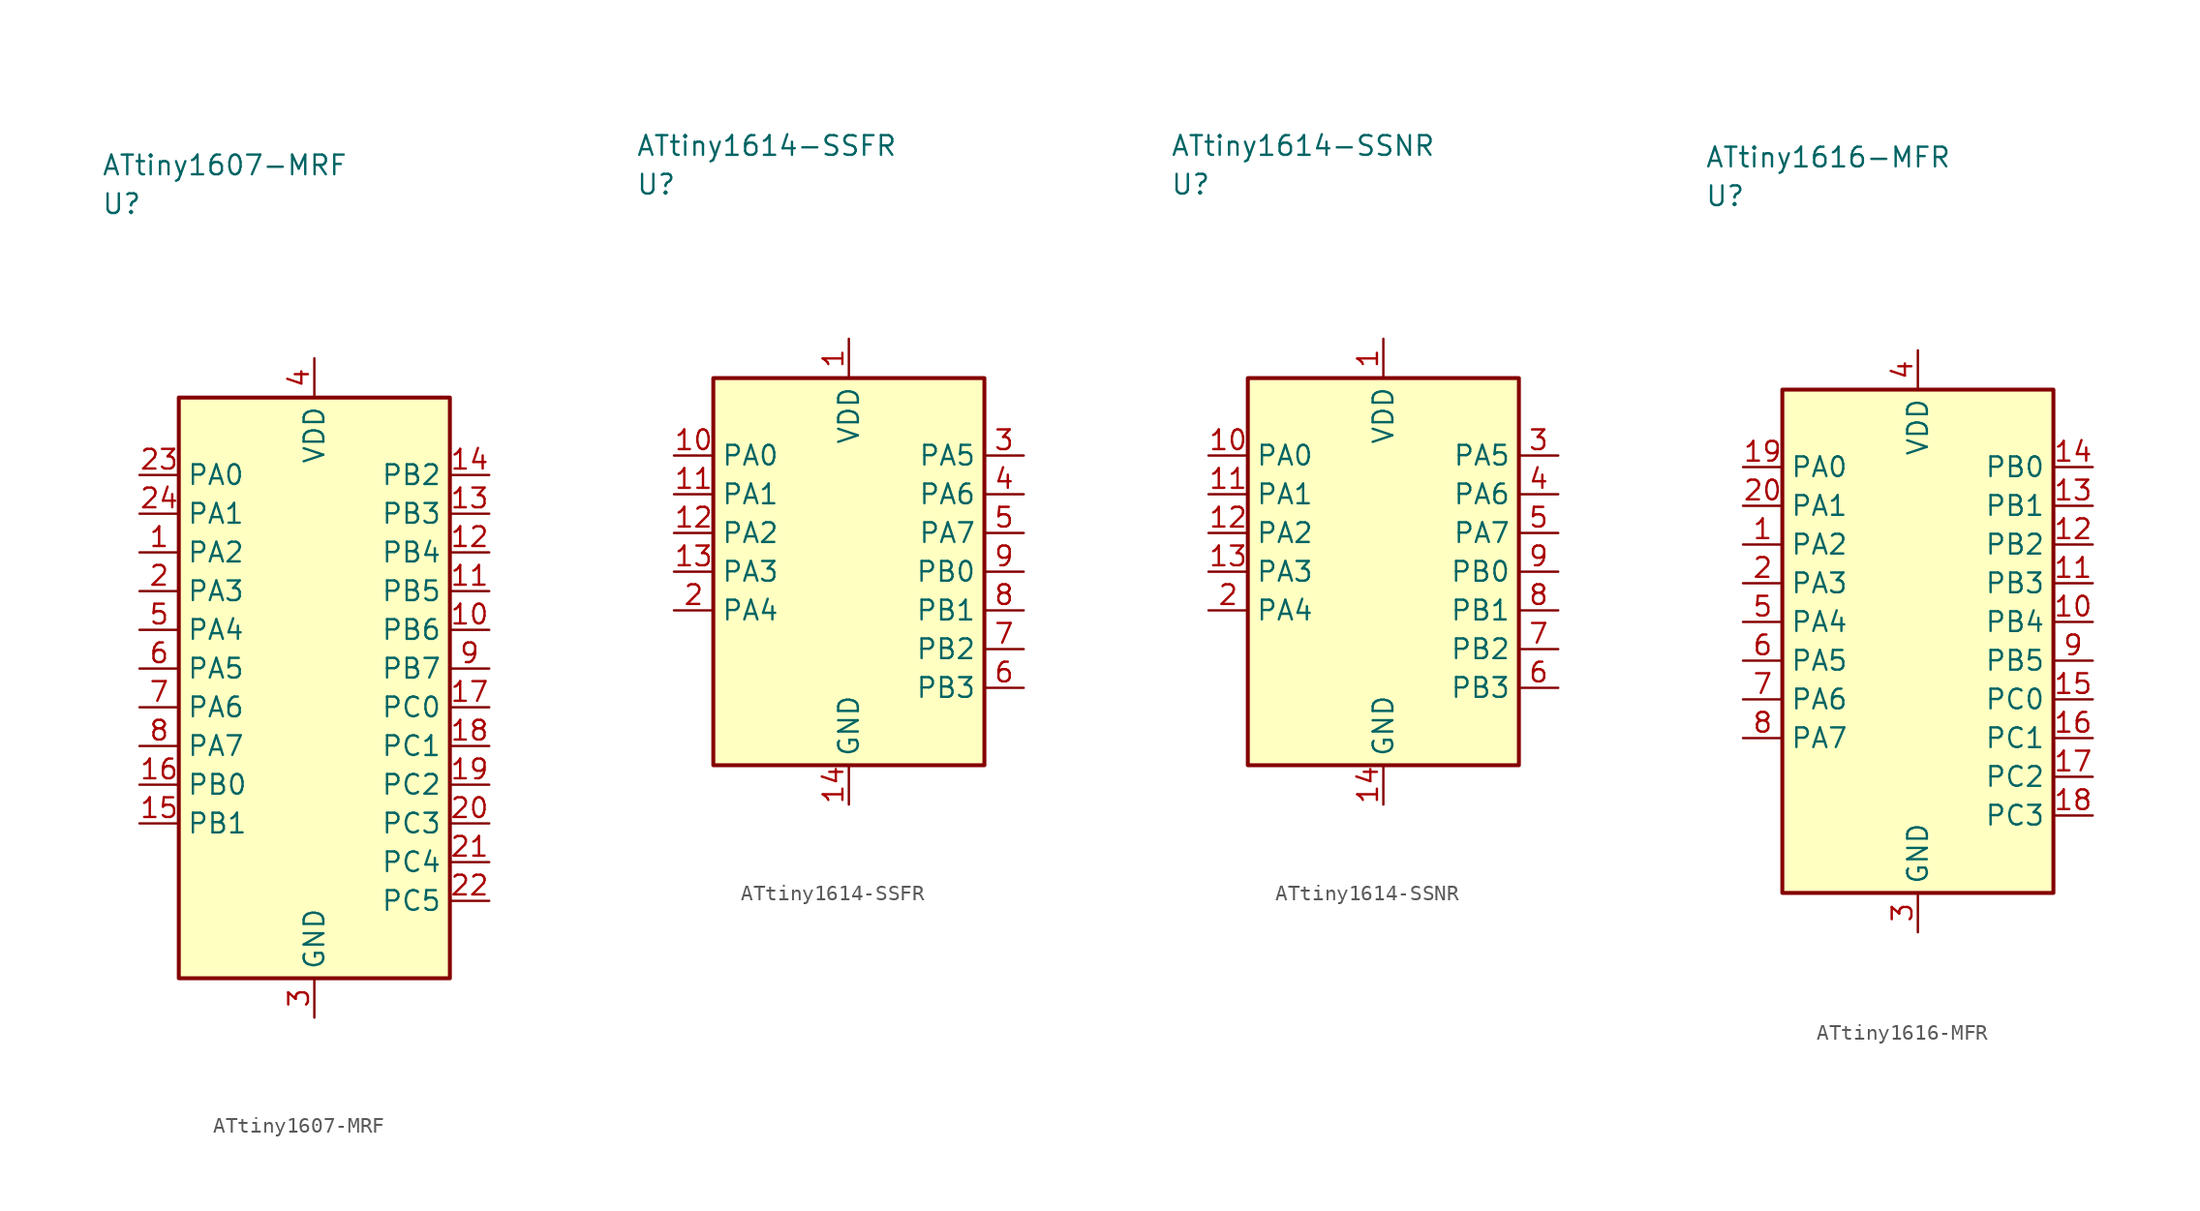
<source format=kicad_sym>
(kicad_symbol_lib
  (version 20241025)
  (generator "kicad_symbol_editor")
  (generator_version "8.0")
  (symbol "ATtiny1607-MRF"
    (property "Reference" "U"
      (at -13.75 31.25 0)
      (effects (font (size 1.27 1.27)) (justify left)))
    (property "Value" "ATtiny1607-MRF"
      (at -13.75 33.75 0)
      (effects (font (size 1.27 1.27)) (justify left)))
    (symbol "ATtiny1607-MRF_0_1"
      (rectangle (start -8.75 18.75) (end 8.75 -18.75) (stroke (width 0.254) (type default)) (fill (type background))))
    (symbol "ATtiny1607-MRF_1_1"
      (pin bidirectional line (at -11.29 8.75 0.0) (length 2.54) (name "PA2" (effects (font (size 1.27 1.27)))) (number "1" (effects (font (size 1.27 1.27)))))
      (pin bidirectional line (at -11.29 6.25 0.0) (length 2.54) (name "PA3" (effects (font (size 1.27 1.27)))) (number "2" (effects (font (size 1.27 1.27)))))
      (pin passive line (at 0.0 -21.29 90.0) (length 2.54) (name "GND" (effects (font (size 1.27 1.27)))) (number "3" (effects (font (size 1.27 1.27)))))
      (pin power_in line (at 0.0 21.29 270.0) (length 2.54) (name "VDD" (effects (font (size 1.27 1.27)))) (number "4" (effects (font (size 1.27 1.27)))))
      (pin bidirectional line (at -11.29 3.75 0.0) (length 2.54) (name "PA4" (effects (font (size 1.27 1.27)))) (number "5" (effects (font (size 1.27 1.27)))))
      (pin bidirectional line (at -11.29 1.25 0.0) (length 2.54) (name "PA5" (effects (font (size 1.27 1.27)))) (number "6" (effects (font (size 1.27 1.27)))))
      (pin bidirectional line (at -11.29 -1.25 0.0) (length 2.54) (name "PA6" (effects (font (size 1.27 1.27)))) (number "7" (effects (font (size 1.27 1.27)))))
      (pin bidirectional line (at -11.29 -3.75 0.0) (length 2.54) (name "PA7" (effects (font (size 1.27 1.27)))) (number "8" (effects (font (size 1.27 1.27)))))
      (pin bidirectional line (at 11.29 1.25 180.0) (length 2.54) (name "PB7" (effects (font (size 1.27 1.27)))) (number "9" (effects (font (size 1.27 1.27)))))
      (pin bidirectional line (at 11.29 3.75 180.0) (length 2.54) (name "PB6" (effects (font (size 1.27 1.27)))) (number "10" (effects (font (size 1.27 1.27)))))
      (pin bidirectional line (at 11.29 6.25 180.0) (length 2.54) (name "PB5" (effects (font (size 1.27 1.27)))) (number "11" (effects (font (size 1.27 1.27)))))
      (pin bidirectional line (at 11.29 8.75 180.0) (length 2.54) (name "PB4" (effects (font (size 1.27 1.27)))) (number "12" (effects (font (size 1.27 1.27)))))
      (pin bidirectional line (at 11.29 11.25 180.0) (length 2.54) (name "PB3" (effects (font (size 1.27 1.27)))) (number "13" (effects (font (size 1.27 1.27)))))
      (pin bidirectional line (at 11.29 13.75 180.0) (length 2.54) (name "PB2" (effects (font (size 1.27 1.27)))) (number "14" (effects (font (size 1.27 1.27)))))
      (pin bidirectional line (at -11.29 -8.75 0.0) (length 2.54) (name "PB1" (effects (font (size 1.27 1.27)))) (number "15" (effects (font (size 1.27 1.27)))))
      (pin bidirectional line (at -11.29 -6.25 0.0) (length 2.54) (name "PB0" (effects (font (size 1.27 1.27)))) (number "16" (effects (font (size 1.27 1.27)))))
      (pin bidirectional line (at 11.29 -1.25 180.0) (length 2.54) (name "PC0" (effects (font (size 1.27 1.27)))) (number "17" (effects (font (size 1.27 1.27)))))
      (pin bidirectional line (at 11.29 -3.75 180.0) (length 2.54) (name "PC1" (effects (font (size 1.27 1.27)))) (number "18" (effects (font (size 1.27 1.27)))))
      (pin bidirectional line (at 11.29 -6.25 180.0) (length 2.54) (name "PC2" (effects (font (size 1.27 1.27)))) (number "19" (effects (font (size 1.27 1.27)))))
      (pin bidirectional line (at 11.29 -8.75 180.0) (length 2.54) (name "PC3" (effects (font (size 1.27 1.27)))) (number "20" (effects (font (size 1.27 1.27)))))
      (pin bidirectional line (at 11.29 -11.25 180.0) (length 2.54) (name "PC4" (effects (font (size 1.27 1.27)))) (number "21" (effects (font (size 1.27 1.27)))))
      (pin bidirectional line (at 11.29 -13.75 180.0) (length 2.54) (name "PC5" (effects (font (size 1.27 1.27)))) (number "22" (effects (font (size 1.27 1.27)))))
      (pin bidirectional line (at -11.29 13.75 0.0) (length 2.54) (name "PA0" (effects (font (size 1.27 1.27)))) (number "23" (effects (font (size 1.27 1.27)))))
      (pin bidirectional line (at -11.29 11.25 0.0) (length 2.54) (name "PA1" (effects (font (size 1.27 1.27)))) (number "24" (effects (font (size 1.27 1.27)))))))
  (symbol "ATtiny1614-SSFR"
    (property "Reference" "U"
      (at -13.75 25.0 0)
      (effects (font (size 1.27 1.27)) (justify left)))
    (property "Value" "ATtiny1614-SSFR"
      (at -13.75 27.5 0)
      (effects (font (size 1.27 1.27)) (justify left)))
    (symbol "ATtiny1614-SSFR_0_1"
      (rectangle (start -8.75 12.5) (end 8.75 -12.5) (stroke (width 0.254) (type default)) (fill (type background))))
    (symbol "ATtiny1614-SSFR_1_1"
      (pin power_in line (at 0.0 15.04 270.0) (length 2.54) (name "VDD" (effects (font (size 1.27 1.27)))) (number "1" (effects (font (size 1.27 1.27)))))
      (pin bidirectional line (at -11.29 -2.5 0.0) (length 2.54) (name "PA4" (effects (font (size 1.27 1.27)))) (number "2" (effects (font (size 1.27 1.27)))))
      (pin bidirectional line (at 11.29 7.5 180.0) (length 2.54) (name "PA5" (effects (font (size 1.27 1.27)))) (number "3" (effects (font (size 1.27 1.27)))))
      (pin bidirectional line (at 11.29 5.0 180.0) (length 2.54) (name "PA6" (effects (font (size 1.27 1.27)))) (number "4" (effects (font (size 1.27 1.27)))))
      (pin bidirectional line (at 11.29 2.5 180.0) (length 2.54) (name "PA7" (effects (font (size 1.27 1.27)))) (number "5" (effects (font (size 1.27 1.27)))))
      (pin bidirectional line (at 11.29 -7.5 180.0) (length 2.54) (name "PB3" (effects (font (size 1.27 1.27)))) (number "6" (effects (font (size 1.27 1.27)))))
      (pin bidirectional line (at 11.29 -5.0 180.0) (length 2.54) (name "PB2" (effects (font (size 1.27 1.27)))) (number "7" (effects (font (size 1.27 1.27)))))
      (pin bidirectional line (at 11.29 -2.5 180.0) (length 2.54) (name "PB1" (effects (font (size 1.27 1.27)))) (number "8" (effects (font (size 1.27 1.27)))))
      (pin bidirectional line (at 11.29 0.0 180.0) (length 2.54) (name "PB0" (effects (font (size 1.27 1.27)))) (number "9" (effects (font (size 1.27 1.27)))))
      (pin bidirectional line (at -11.29 7.5 0.0) (length 2.54) (name "PA0" (effects (font (size 1.27 1.27)))) (number "10" (effects (font (size 1.27 1.27)))))
      (pin bidirectional line (at -11.29 5.0 0.0) (length 2.54) (name "PA1" (effects (font (size 1.27 1.27)))) (number "11" (effects (font (size 1.27 1.27)))))
      (pin bidirectional line (at -11.29 2.5 0.0) (length 2.54) (name "PA2" (effects (font (size 1.27 1.27)))) (number "12" (effects (font (size 1.27 1.27)))))
      (pin bidirectional line (at -11.29 0.0 0.0) (length 2.54) (name "PA3" (effects (font (size 1.27 1.27)))) (number "13" (effects (font (size 1.27 1.27)))))
      (pin passive line (at 0.0 -15.04 90.0) (length 2.54) (name "GND" (effects (font (size 1.27 1.27)))) (number "14" (effects (font (size 1.27 1.27)))))))
  (symbol "ATtiny1614-SSNR"
    (property "Reference" "U"
      (at -13.75 25.0 0)
      (effects (font (size 1.27 1.27)) (justify left)))
    (property "Value" "ATtiny1614-SSNR"
      (at -13.75 27.5 0)
      (effects (font (size 1.27 1.27)) (justify left)))
    (symbol "ATtiny1614-SSNR_0_1"
      (rectangle (start -8.75 12.5) (end 8.75 -12.5) (stroke (width 0.254) (type default)) (fill (type background))))
    (symbol "ATtiny1614-SSNR_1_1"
      (pin power_in line (at 0.0 15.04 270.0) (length 2.54) (name "VDD" (effects (font (size 1.27 1.27)))) (number "1" (effects (font (size 1.27 1.27)))))
      (pin bidirectional line (at -11.29 -2.5 0.0) (length 2.54) (name "PA4" (effects (font (size 1.27 1.27)))) (number "2" (effects (font (size 1.27 1.27)))))
      (pin bidirectional line (at 11.29 7.5 180.0) (length 2.54) (name "PA5" (effects (font (size 1.27 1.27)))) (number "3" (effects (font (size 1.27 1.27)))))
      (pin bidirectional line (at 11.29 5.0 180.0) (length 2.54) (name "PA6" (effects (font (size 1.27 1.27)))) (number "4" (effects (font (size 1.27 1.27)))))
      (pin bidirectional line (at 11.29 2.5 180.0) (length 2.54) (name "PA7" (effects (font (size 1.27 1.27)))) (number "5" (effects (font (size 1.27 1.27)))))
      (pin bidirectional line (at 11.29 -7.5 180.0) (length 2.54) (name "PB3" (effects (font (size 1.27 1.27)))) (number "6" (effects (font (size 1.27 1.27)))))
      (pin bidirectional line (at 11.29 -5.0 180.0) (length 2.54) (name "PB2" (effects (font (size 1.27 1.27)))) (number "7" (effects (font (size 1.27 1.27)))))
      (pin bidirectional line (at 11.29 -2.5 180.0) (length 2.54) (name "PB1" (effects (font (size 1.27 1.27)))) (number "8" (effects (font (size 1.27 1.27)))))
      (pin bidirectional line (at 11.29 0.0 180.0) (length 2.54) (name "PB0" (effects (font (size 1.27 1.27)))) (number "9" (effects (font (size 1.27 1.27)))))
      (pin bidirectional line (at -11.29 7.5 0.0) (length 2.54) (name "PA0" (effects (font (size 1.27 1.27)))) (number "10" (effects (font (size 1.27 1.27)))))
      (pin bidirectional line (at -11.29 5.0 0.0) (length 2.54) (name "PA1" (effects (font (size 1.27 1.27)))) (number "11" (effects (font (size 1.27 1.27)))))
      (pin bidirectional line (at -11.29 2.5 0.0) (length 2.54) (name "PA2" (effects (font (size 1.27 1.27)))) (number "12" (effects (font (size 1.27 1.27)))))
      (pin bidirectional line (at -11.29 0.0 0.0) (length 2.54) (name "PA3" (effects (font (size 1.27 1.27)))) (number "13" (effects (font (size 1.27 1.27)))))
      (pin passive line (at 0.0 -15.04 90.0) (length 2.54) (name "GND" (effects (font (size 1.27 1.27)))) (number "14" (effects (font (size 1.27 1.27)))))))
  (symbol "ATtiny1616-MFR"
    (property "Reference" "U"
      (at -13.75 28.75 0)
      (effects (font (size 1.27 1.27)) (justify left)))
    (property "Value" "ATtiny1616-MFR"
      (at -13.75 31.25 0)
      (effects (font (size 1.27 1.27)) (justify left)))
    (symbol "ATtiny1616-MFR_0_1"
      (rectangle (start -8.75 16.25) (end 8.75 -16.25) (stroke (width 0.254) (type default)) (fill (type background))))
    (symbol "ATtiny1616-MFR_1_1"
      (pin bidirectional line (at -11.29 6.25 0.0) (length 2.54) (name "PA2" (effects (font (size 1.27 1.27)))) (number "1" (effects (font (size 1.27 1.27)))))
      (pin bidirectional line (at -11.29 3.75 0.0) (length 2.54) (name "PA3" (effects (font (size 1.27 1.27)))) (number "2" (effects (font (size 1.27 1.27)))))
      (pin passive line (at 0.0 -18.79 90.0) (length 2.54) (name "GND" (effects (font (size 1.27 1.27)))) (number "3" (effects (font (size 1.27 1.27)))))
      (pin power_in line (at 0.0 18.79 270.0) (length 2.54) (name "VDD" (effects (font (size 1.27 1.27)))) (number "4" (effects (font (size 1.27 1.27)))))
      (pin bidirectional line (at -11.29 1.25 0.0) (length 2.54) (name "PA4" (effects (font (size 1.27 1.27)))) (number "5" (effects (font (size 1.27 1.27)))))
      (pin bidirectional line (at -11.29 -1.25 0.0) (length 2.54) (name "PA5" (effects (font (size 1.27 1.27)))) (number "6" (effects (font (size 1.27 1.27)))))
      (pin bidirectional line (at -11.29 -3.75 0.0) (length 2.54) (name "PA6" (effects (font (size 1.27 1.27)))) (number "7" (effects (font (size 1.27 1.27)))))
      (pin bidirectional line (at -11.29 -6.25 0.0) (length 2.54) (name "PA7" (effects (font (size 1.27 1.27)))) (number "8" (effects (font (size 1.27 1.27)))))
      (pin bidirectional line (at 11.29 -1.25 180.0) (length 2.54) (name "PB5" (effects (font (size 1.27 1.27)))) (number "9" (effects (font (size 1.27 1.27)))))
      (pin bidirectional line (at 11.29 1.25 180.0) (length 2.54) (name "PB4" (effects (font (size 1.27 1.27)))) (number "10" (effects (font (size 1.27 1.27)))))
      (pin bidirectional line (at 11.29 3.75 180.0) (length 2.54) (name "PB3" (effects (font (size 1.27 1.27)))) (number "11" (effects (font (size 1.27 1.27)))))
      (pin bidirectional line (at 11.29 6.25 180.0) (length 2.54) (name "PB2" (effects (font (size 1.27 1.27)))) (number "12" (effects (font (size 1.27 1.27)))))
      (pin bidirectional line (at 11.29 8.75 180.0) (length 2.54) (name "PB1" (effects (font (size 1.27 1.27)))) (number "13" (effects (font (size 1.27 1.27)))))
      (pin bidirectional line (at 11.29 11.25 180.0) (length 2.54) (name "PB0" (effects (font (size 1.27 1.27)))) (number "14" (effects (font (size 1.27 1.27)))))
      (pin bidirectional line (at 11.29 -3.75 180.0) (length 2.54) (name "PC0" (effects (font (size 1.27 1.27)))) (number "15" (effects (font (size 1.27 1.27)))))
      (pin bidirectional line (at 11.29 -6.25 180.0) (length 2.54) (name "PC1" (effects (font (size 1.27 1.27)))) (number "16" (effects (font (size 1.27 1.27)))))
      (pin bidirectional line (at 11.29 -8.75 180.0) (length 2.54) (name "PC2" (effects (font (size 1.27 1.27)))) (number "17" (effects (font (size 1.27 1.27)))))
      (pin bidirectional line (at 11.29 -11.25 180.0) (length 2.54) (name "PC3" (effects (font (size 1.27 1.27)))) (number "18" (effects (font (size 1.27 1.27)))))
      (pin bidirectional line (at -11.29 11.25 0.0) (length 2.54) (name "PA0" (effects (font (size 1.27 1.27)))) (number "19" (effects (font (size 1.27 1.27)))))
      (pin bidirectional line (at -11.29 8.75 0.0) (length 2.54) (name "PA1" (effects (font (size 1.27 1.27)))) (number "20" (effects (font (size 1.27 1.27))))))))
</source>
